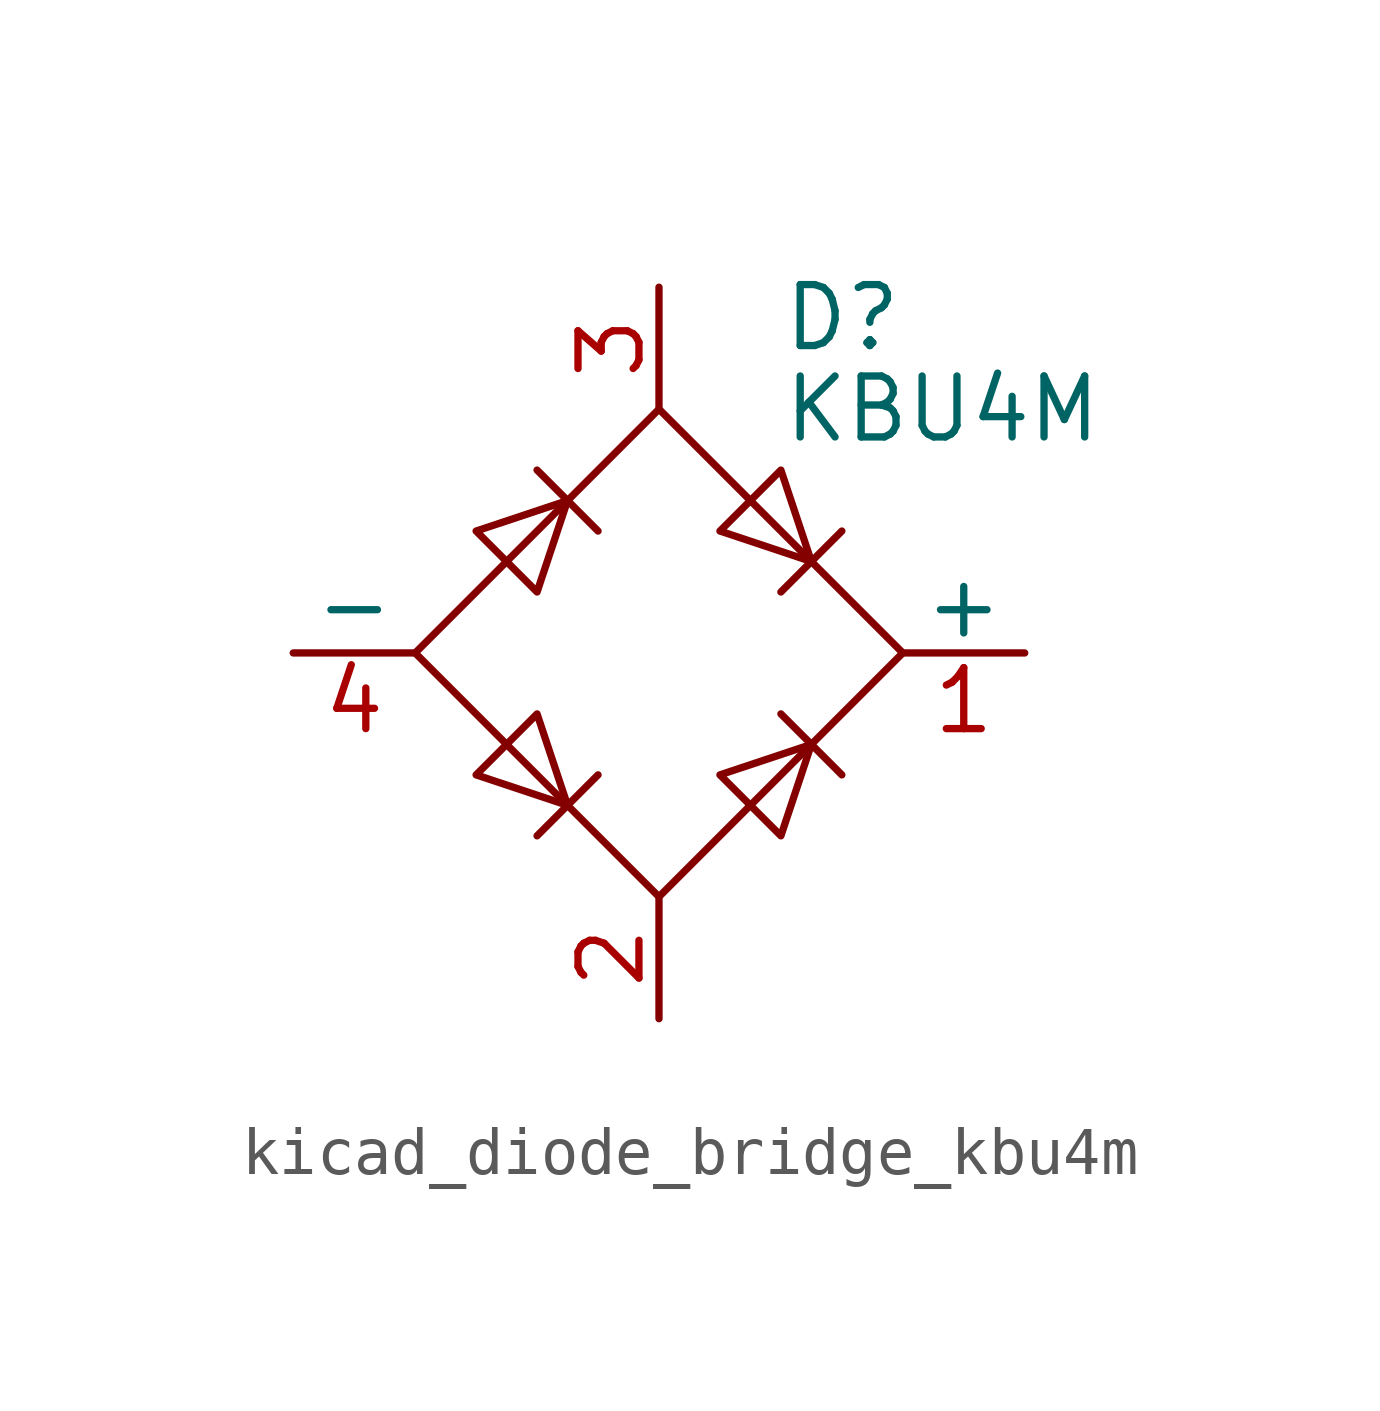
<source format=kicad_sym>
(kicad_symbol_lib
  (version 20220914)
  (generator kicad_symbol_editor)
  (symbol "kicad_diode_bridge_kbu4m"
    (pin_names
      (offset 0))
    (property "Reference" "D"
      (at 2.54 6.985 0)
      (effects (font (size 1.27 1.27)) (justify left)))
    (property "Value" "KBU4M"
      (at 2.54 5.08 0)
      (effects (font (size 1.27 1.27)) (justify left)))
    (symbol "kicad_diode_bridge_kbu4m_0_1"
      (polyline (pts (xy -2.54 3.81) (xy -1.27 2.54)) (stroke (width 0) (type default)) (fill (type none)))
      (polyline (pts (xy -1.27 -2.54) (xy -2.54 -3.81)) (stroke (width 0) (type default)) (fill (type none)))
      (polyline (pts (xy 2.54 -1.27) (xy 3.81 -2.54)) (stroke (width 0) (type default)) (fill (type none)))
      (polyline (pts (xy 2.54 1.27) (xy 3.81 2.54)) (stroke (width 0) (type default)) (fill (type none)))
      (polyline (pts (xy -3.81 2.54) (xy -2.54 1.27) (xy -1.905 3.175) (xy -3.81 2.54)) (stroke (width 0) (type default)) (fill (type none)))
      (polyline (pts (xy -2.54 -1.27) (xy -3.81 -2.54) (xy -1.905 -3.175) (xy -2.54 -1.27)) (stroke (width 0) (type default)) (fill (type none)))
      (polyline (pts (xy 1.27 2.54) (xy 2.54 3.81) (xy 3.175 1.905) (xy 1.27 2.54)) (stroke (width 0) (type default)) (fill (type none)))
      (polyline (pts (xy 3.175 -1.905) (xy 1.27 -2.54) (xy 2.54 -3.81) (xy 3.175 -1.905)) (stroke (width 0) (type default)) (fill (type none)))
      (polyline (pts (xy -5.08 0) (xy 0 -5.08) (xy 5.08 0) (xy 0 5.08) (xy -5.08 0)) (stroke (width 0) (type default)) (fill (type none))))
    (symbol "kicad_diode_bridge_kbu4m_1_1"
      (pin passive line (at 7.62 0 180) (length 2.54) (name "+" (effects (font (size 1.27 1.27)))) (number "1" (effects (font (size 1.27 1.27)))))
      (pin passive line (at 0 -7.62 90) (length 2.54) (name "~" (effects (font (size 1.27 1.27)))) (number "2" (effects (font (size 1.27 1.27)))))
      (pin passive line (at 0 7.62 270) (length 2.54) (name "~" (effects (font (size 1.27 1.27)))) (number "3" (effects (font (size 1.27 1.27)))))
      (pin passive line (at -7.62 0 0) (length 2.54) (name "-" (effects (font (size 1.27 1.27)))) (number "4" (effects (font (size 1.27 1.27))))))))
</source>
